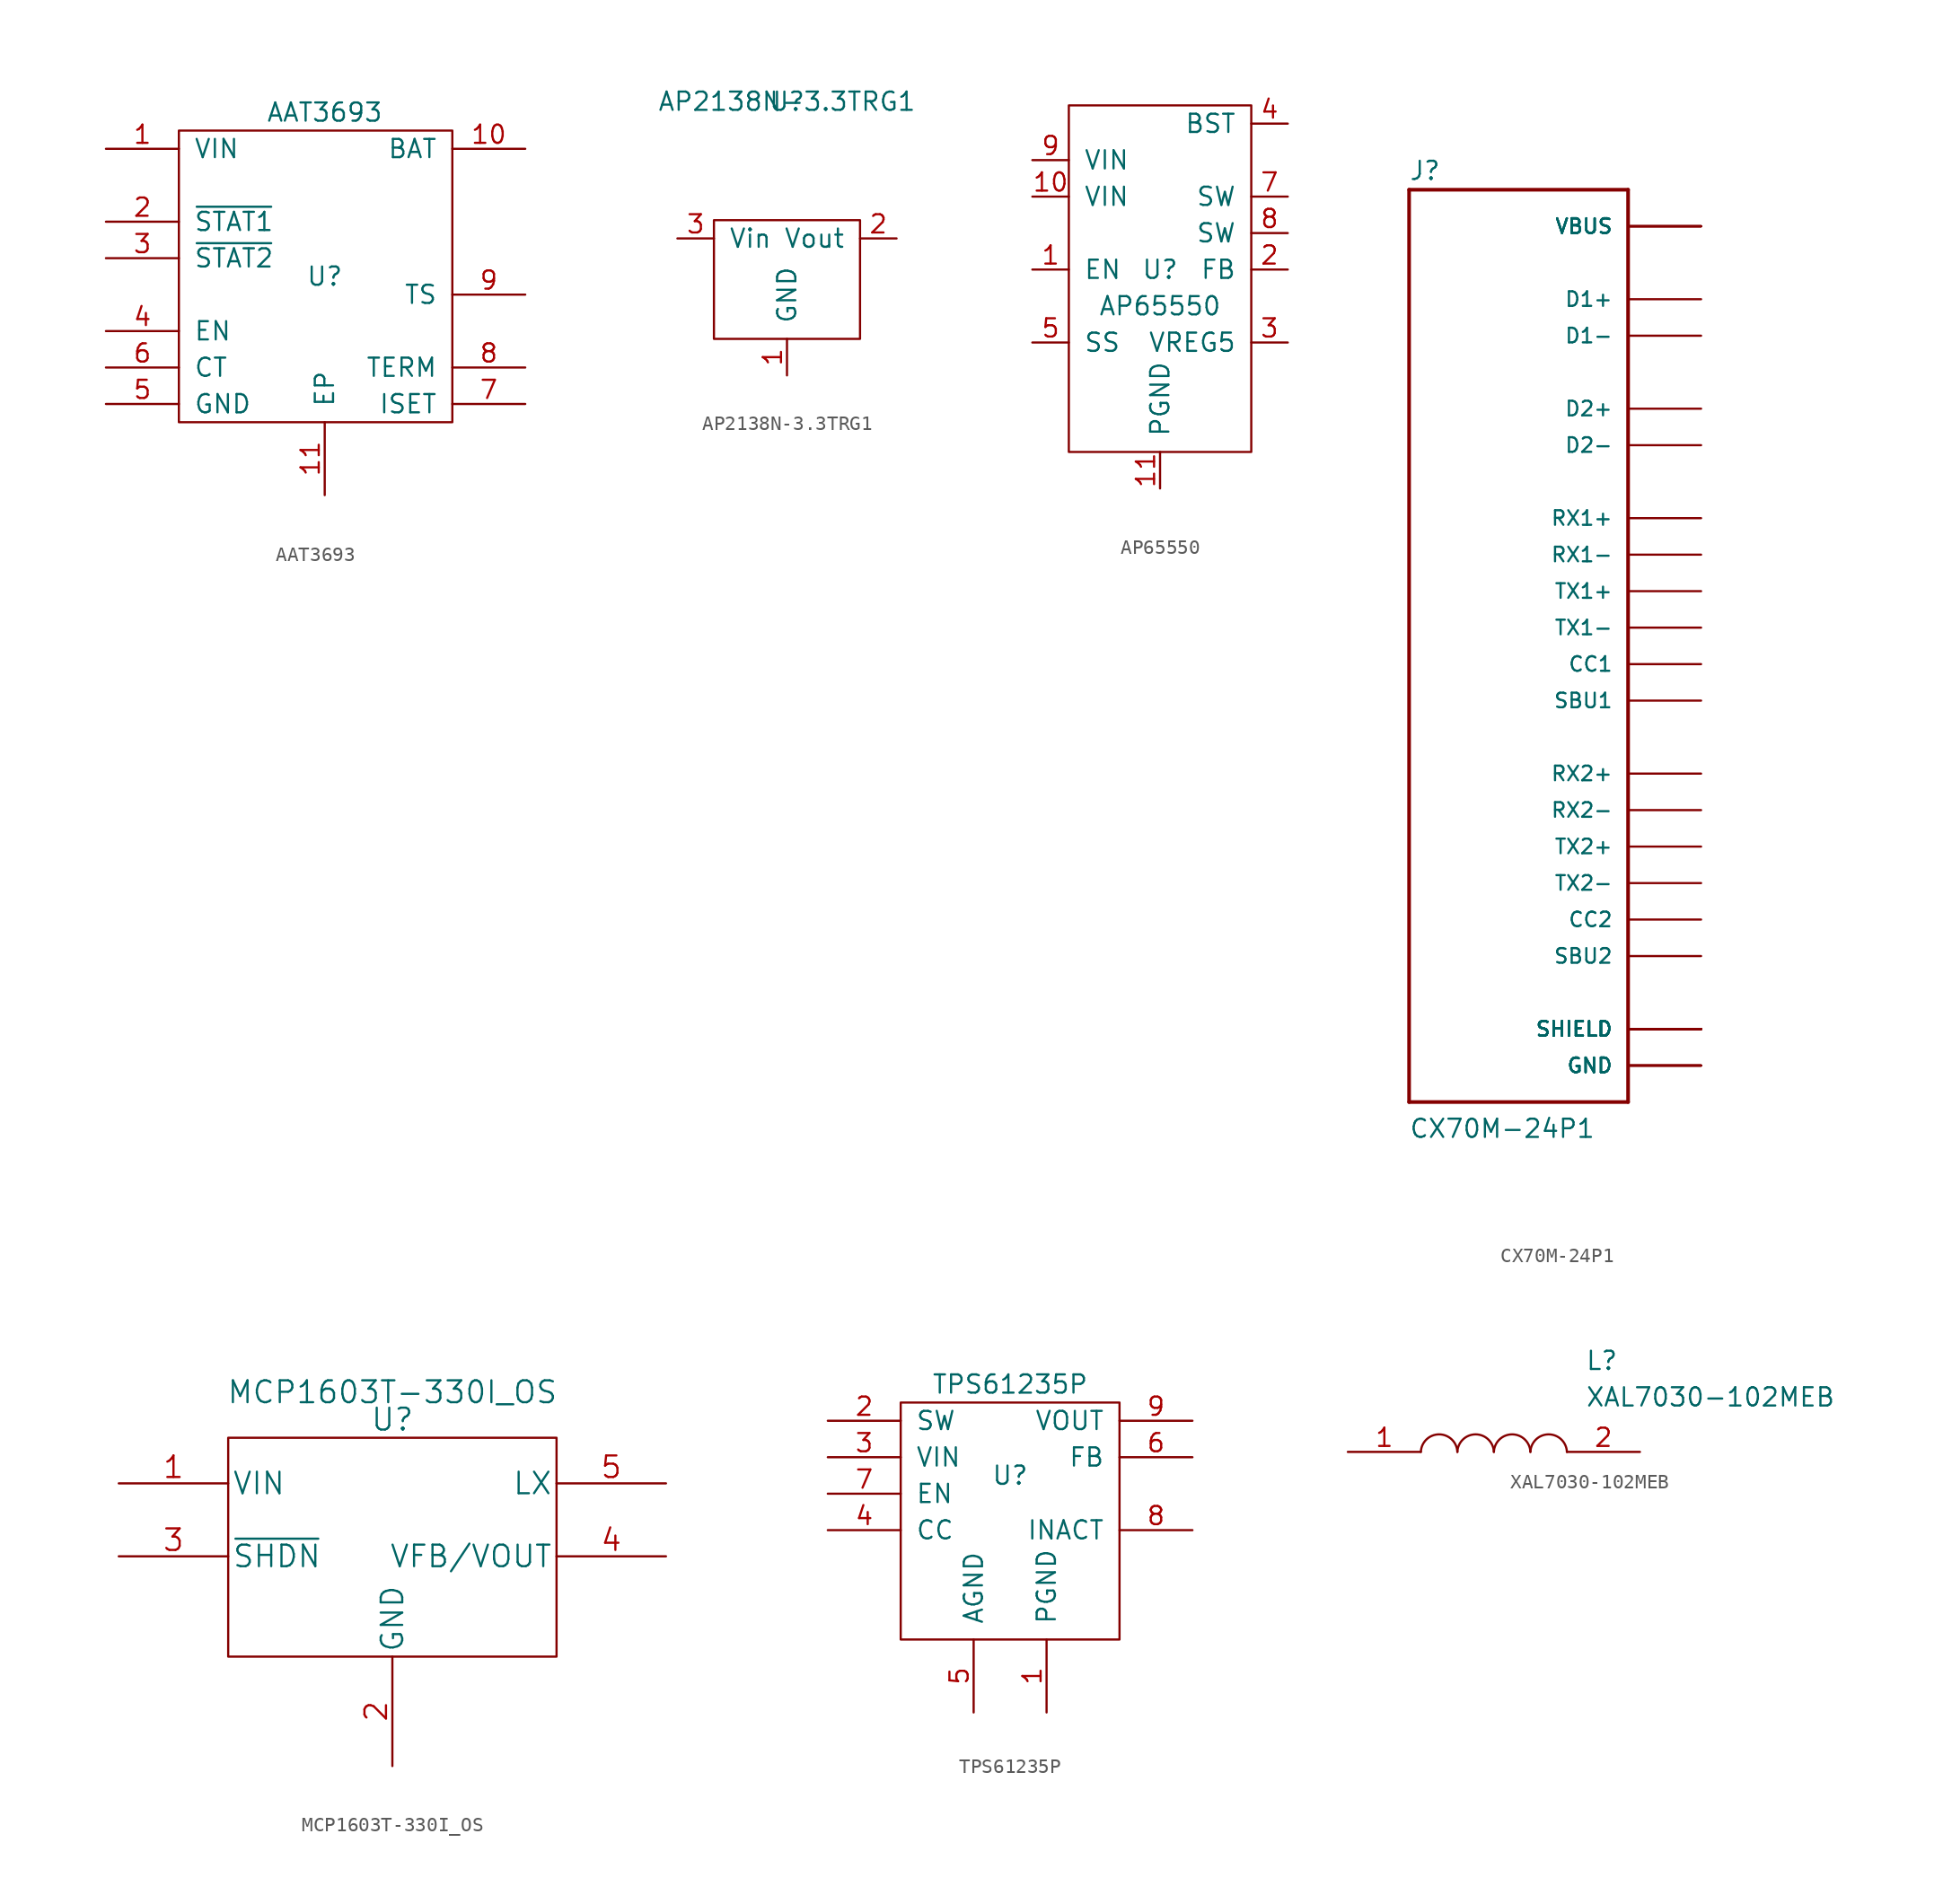
<source format=kicad_sym>
(kicad_symbol_lib
  (version 20211014)
  (generator kicad_symbol_editor)
  (symbol "AAT3693"
    (pin_names
      (offset 1.016))
    (property "Reference" "U"
      (at 0 0 0)
      (effects (font (size 1.27 1.27))))
    (property "Value" "AAT3693"
      (at 0 11.43 0)
      (effects (font (size 1.27 1.27))))
    (symbol "AAT3693_0_1"
      (rectangle (start -10.16 10.16) (end 8.89 -10.16) (stroke (width 0) (type default) (color 0 0 0 0)) (fill (type none))))
    (symbol "AAT3693_1_1"
      (pin input line (at -15.24 8.89 0) (length 5.08) (name "VIN" (effects (font (size 1.27 1.27)))) (number "1" (effects (font (size 1.27 1.27)))))
      (pin input line (at 13.97 8.89 180) (length 5.08) (name "BAT" (effects (font (size 1.27 1.27)))) (number "10" (effects (font (size 1.27 1.27)))))
      (pin unspecified line (at 0 -15.24 90) (length 5.08) (name "EP" (effects (font (size 1.27 1.27)))) (number "11" (effects (font (size 1.27 1.27)))))
      (pin input line (at -15.24 3.81 0) (length 5.08) (name "~{STAT1}" (effects (font (size 1.27 1.27)))) (number "2" (effects (font (size 1.27 1.27)))))
      (pin input line (at -15.24 1.27 0) (length 5.08) (name "~{STAT2}" (effects (font (size 1.27 1.27)))) (number "3" (effects (font (size 1.27 1.27)))))
      (pin input line (at -15.24 -3.81 0) (length 5.08) (name "EN" (effects (font (size 1.27 1.27)))) (number "4" (effects (font (size 1.27 1.27)))))
      (pin input line (at -15.24 -8.89 0) (length 5.08) (name "GND" (effects (font (size 1.27 1.27)))) (number "5" (effects (font (size 1.27 1.27)))))
      (pin input line (at -15.24 -6.35 0) (length 5.08) (name "CT" (effects (font (size 1.27 1.27)))) (number "6" (effects (font (size 1.27 1.27)))))
      (pin input line (at 13.97 -8.89 180) (length 5.08) (name "ISET" (effects (font (size 1.27 1.27)))) (number "7" (effects (font (size 1.27 1.27)))))
      (pin input line (at 13.97 -6.35 180) (length 5.08) (name "TERM" (effects (font (size 1.27 1.27)))) (number "8" (effects (font (size 1.27 1.27)))))
      (pin input line (at 13.97 -1.27 180) (length 5.08) (name "TS" (effects (font (size 1.27 1.27)))) (number "9" (effects (font (size 1.27 1.27)))))))
  (symbol "AP2138N-3.3TRG1"
    (pin_names
      (offset 1.016))
    (property "Reference" "U"
      (at 0 12.065 0)
      (effects (font (size 1.27 1.27))))
    (property "Value" "AP2138N-3.3TRG1"
      (at 0 12.065 0)
      (effects (font (size 1.27 1.27))))
    (symbol "AP2138N-3.3TRG1_0_1"
      (rectangle (start -5.08 3.81) (end 5.08 -4.445) (stroke (width 0) (type default) (color 0 0 0 0)) (fill (type none))))
    (symbol "AP2138N-3.3TRG1_1_1"
      (pin input line (at 0 -6.985 90) (length 2.54) (name "GND" (effects (font (size 1.27 1.27)))) (number "1" (effects (font (size 1.27 1.27)))))
      (pin input line (at 7.62 2.54 180) (length 2.54) (name "Vout" (effects (font (size 1.27 1.27)))) (number "2" (effects (font (size 1.27 1.27)))))
      (pin input line (at -7.62 2.54 0) (length 2.54) (name "Vin" (effects (font (size 1.27 1.27)))) (number "3" (effects (font (size 1.27 1.27)))))))
  (symbol "AP65550"
    (pin_names
      (offset 1.016))
    (property "Reference" "U"
      (at 0 -2.54 0)
      (effects (font (size 1.27 1.27))))
    (property "Value" "AP65550"
      (at 0 -5.08 0)
      (effects (font (size 1.27 1.27))))
    (symbol "AP65550_0_1"
      (rectangle (start -6.35 8.89) (end 6.35 -15.24) (stroke (width 0) (type default) (color 0 0 0 0)) (fill (type none))))
    (symbol "AP65550_1_1"
      (pin input line (at -8.89 -2.54 0) (length 2.54) (name "EN" (effects (font (size 1.27 1.27)))) (number "1" (effects (font (size 1.27 1.27)))))
      (pin power_in line (at -8.89 2.54 0) (length 2.54) (name "VIN" (effects (font (size 1.27 1.27)))) (number "10" (effects (font (size 1.27 1.27)))))
      (pin power_in line (at 0 -17.78 90) (length 2.54) (name "PGND" (effects (font (size 1.27 1.27)))) (number "11" (effects (font (size 1.27 1.27)))))
      (pin input line (at 8.89 -2.54 180) (length 2.54) (name "FB" (effects (font (size 1.27 1.27)))) (number "2" (effects (font (size 1.27 1.27)))))
      (pin input line (at 8.89 -7.62 180) (length 2.54) (name "VREG5" (effects (font (size 1.27 1.27)))) (number "3" (effects (font (size 1.27 1.27)))))
      (pin input line (at 8.89 7.62 180) (length 2.54) (name "BST" (effects (font (size 1.27 1.27)))) (number "4" (effects (font (size 1.27 1.27)))))
      (pin input line (at -8.89 -7.62 0) (length 2.54) (name "SS" (effects (font (size 1.27 1.27)))) (number "5" (effects (font (size 1.27 1.27)))))
      (pin output line (at 8.89 2.54 180) (length 2.54) (name "SW" (effects (font (size 1.27 1.27)))) (number "7" (effects (font (size 1.27 1.27)))))
      (pin output line (at 8.89 0 180) (length 2.54) (name "SW" (effects (font (size 1.27 1.27)))) (number "8" (effects (font (size 1.27 1.27)))))
      (pin power_in line (at -8.89 5.08 0) (length 2.54) (name "VIN" (effects (font (size 1.27 1.27)))) (number "9" (effects (font (size 1.27 1.27)))))))
  (symbol "CX70M-24P1"
    (pin_numbers hide)
    (pin_names
      (offset 1.016))
    (property "Reference" "J"
      (at -7.645 33.604 0)
      (effects (font (size 1.27 1.27)) (justify left bottom)))
    (property "Value" "CX70M-24P1"
      (at -7.645 -33.071 0)
      (effects (font (size 1.27 1.27)) (justify left bottom)))
    (property "ki_locked" ""
      (at 0 0 0)
      (effects (font (size 1.27 1.27))))
    (symbol "CX70M-24P1_0_0"
      (polyline (pts (xy -7.62 -30.48) (xy -7.62 33.02)) (stroke (width 0.254) (type default) (color 0 0 0 0)) (fill (type none)))
      (polyline (pts (xy -7.62 33.02) (xy 7.62 33.02)) (stroke (width 0.254) (type default) (color 0 0 0 0)) (fill (type none)))
      (polyline (pts (xy 7.62 -30.48) (xy -7.62 -30.48)) (stroke (width 0.254) (type default) (color 0 0 0 0)) (fill (type none)))
      (polyline (pts (xy 7.62 33.02) (xy 7.62 -30.48)) (stroke (width 0.254) (type default) (color 0 0 0 0)) (fill (type none)))
      (pin power_in line (at 12.7 -27.94 180) (length 5.08) (name "GND" (effects (font (size 1.016 1.016)))) (number "A1" (effects (font (size 1.016 1.016)))))
      (pin bidirectional line (at 12.7 -10.16 180) (length 5.08) (name "RX2-" (effects (font (size 1.016 1.016)))) (number "A10" (effects (font (size 1.016 1.016)))))
      (pin bidirectional line (at 12.7 -7.62 180) (length 5.08) (name "RX2+" (effects (font (size 1.016 1.016)))) (number "A11" (effects (font (size 1.016 1.016)))))
      (pin power_in line (at 12.7 -27.94 180) (length 5.08) (name "GND" (effects (font (size 1.016 1.016)))) (number "A12" (effects (font (size 1.016 1.016)))))
      (pin bidirectional line (at 12.7 5.08 180) (length 5.08) (name "TX1+" (effects (font (size 1.016 1.016)))) (number "A2" (effects (font (size 1.016 1.016)))))
      (pin bidirectional line (at 12.7 2.54 180) (length 5.08) (name "TX1-" (effects (font (size 1.016 1.016)))) (number "A3" (effects (font (size 1.016 1.016)))))
      (pin power_in line (at 12.7 30.48 180) (length 5.08) (name "VBUS" (effects (font (size 1.016 1.016)))) (number "A4" (effects (font (size 1.016 1.016)))))
      (pin bidirectional line (at 12.7 0 180) (length 5.08) (name "CC1" (effects (font (size 1.016 1.016)))) (number "A5" (effects (font (size 1.016 1.016)))))
      (pin bidirectional line (at 12.7 25.4 180) (length 5.08) (name "D1+" (effects (font (size 1.016 1.016)))) (number "A6" (effects (font (size 1.016 1.016)))))
      (pin bidirectional line (at 12.7 22.86 180) (length 5.08) (name "D1-" (effects (font (size 1.016 1.016)))) (number "A7" (effects (font (size 1.016 1.016)))))
      (pin bidirectional line (at 12.7 -2.54 180) (length 5.08) (name "SBU1" (effects (font (size 1.016 1.016)))) (number "A8" (effects (font (size 1.016 1.016)))))
      (pin power_in line (at 12.7 30.48 180) (length 5.08) (name "VBUS" (effects (font (size 1.016 1.016)))) (number "A9" (effects (font (size 1.016 1.016)))))
      (pin power_in line (at 12.7 -27.94 180) (length 5.08) (name "GND" (effects (font (size 1.016 1.016)))) (number "B1" (effects (font (size 1.016 1.016)))))
      (pin bidirectional line (at 12.7 7.62 180) (length 5.08) (name "RX1-" (effects (font (size 1.016 1.016)))) (number "B10" (effects (font (size 1.016 1.016)))))
      (pin bidirectional line (at 12.7 10.16 180) (length 5.08) (name "RX1+" (effects (font (size 1.016 1.016)))) (number "B11" (effects (font (size 1.016 1.016)))))
      (pin power_in line (at 12.7 -27.94 180) (length 5.08) (name "GND" (effects (font (size 1.016 1.016)))) (number "B12" (effects (font (size 1.016 1.016)))))
      (pin bidirectional line (at 12.7 -12.7 180) (length 5.08) (name "TX2+" (effects (font (size 1.016 1.016)))) (number "B2" (effects (font (size 1.016 1.016)))))
      (pin bidirectional line (at 12.7 -15.24 180) (length 5.08) (name "TX2-" (effects (font (size 1.016 1.016)))) (number "B3" (effects (font (size 1.016 1.016)))))
      (pin power_in line (at 12.7 30.48 180) (length 5.08) (name "VBUS" (effects (font (size 1.016 1.016)))) (number "B4" (effects (font (size 1.016 1.016)))))
      (pin bidirectional line (at 12.7 -17.78 180) (length 5.08) (name "CC2" (effects (font (size 1.016 1.016)))) (number "B5" (effects (font (size 1.016 1.016)))))
      (pin bidirectional line (at 12.7 17.78 180) (length 5.08) (name "D2+" (effects (font (size 1.016 1.016)))) (number "B6" (effects (font (size 1.016 1.016)))))
      (pin bidirectional line (at 12.7 15.24 180) (length 5.08) (name "D2-" (effects (font (size 1.016 1.016)))) (number "B7" (effects (font (size 1.016 1.016)))))
      (pin bidirectional line (at 12.7 -20.32 180) (length 5.08) (name "SBU2" (effects (font (size 1.016 1.016)))) (number "B8" (effects (font (size 1.016 1.016)))))
      (pin power_in line (at 12.7 30.48 180) (length 5.08) (name "VBUS" (effects (font (size 1.016 1.016)))) (number "B9" (effects (font (size 1.016 1.016)))))
      (pin power_in line (at 12.7 -25.4 180) (length 5.08) (name "SHIELD" (effects (font (size 1.016 1.016)))) (number "S1" (effects (font (size 1.016 1.016)))))
      (pin power_in line (at 12.7 -25.4 180) (length 5.08) (name "SHIELD" (effects (font (size 1.016 1.016)))) (number "S2" (effects (font (size 1.016 1.016)))))
      (pin power_in line (at 12.7 -25.4 180) (length 5.08) (name "SHIELD" (effects (font (size 1.016 1.016)))) (number "S3" (effects (font (size 1.016 1.016)))))
      (pin power_in line (at 12.7 -25.4 180) (length 5.08) (name "SHIELD" (effects (font (size 1.016 1.016)))) (number "S4" (effects (font (size 1.016 1.016)))))
      (pin power_in line (at 12.7 -25.4 180) (length 5.08) (name "SHIELD" (effects (font (size 1.016 1.016)))) (number "S5" (effects (font (size 1.016 1.016)))))
      (pin power_in line (at 12.7 -25.4 180) (length 5.08) (name "SHIELD" (effects (font (size 1.016 1.016)))) (number "S5.1" (effects (font (size 1.016 1.016)))))
      (pin power_in line (at 12.7 -25.4 180) (length 5.08) (name "SHIELD" (effects (font (size 1.016 1.016)))) (number "S6" (effects (font (size 1.016 1.016)))))
      (pin power_in line (at 12.7 -25.4 180) (length 5.08) (name "SHIELD" (effects (font (size 1.016 1.016)))) (number "S6.1" (effects (font (size 1.016 1.016)))))))
  (symbol "MCP1603T-330I_OS"
    (pin_names
      (offset 0.254))
    (property "Reference" "U"
      (at 0 6.985 0)
      (effects (font (size 1.524 1.524))))
    (property "Value" "MCP1603T-330I_OS"
      (at 0 8.89 0)
      (effects (font (size 1.524 1.524))))
    (property "Datasheet" ""
      (at -16.51 2.54 0)
      (effects (font (size 1.524 1.524))))
    (property "ki_locked" ""
      (at 0 0 0)
      (effects (font (size 1.27 1.27))))
    (symbol "MCP1603T-330I_OS_0_1"
      (rectangle (start -11.43 5.715) (end 11.43 -9.525) (stroke (width 0) (type default) (color 0 0 0 0)) (fill (type none))))
    (symbol "MCP1603T-330I_OS_1_1"
      (pin power_in line (at -19.05 2.54 0) (length 7.62) (name "VIN" (effects (font (size 1.499 1.499)))) (number "1" (effects (font (size 1.499 1.499)))))
      (pin unspecified line (at 0 -17.145 90) (length 7.62) (name "GND" (effects (font (size 1.499 1.499)))) (number "2" (effects (font (size 1.499 1.499)))))
      (pin input line (at -19.05 -2.54 0) (length 7.62) (name "~{SHDN}" (effects (font (size 1.499 1.499)))) (number "3" (effects (font (size 1.499 1.499)))))
      (pin unspecified line (at 19.05 -2.54 180) (length 7.62) (name "VFB/VOUT" (effects (font (size 1.499 1.499)))) (number "4" (effects (font (size 1.499 1.499)))))
      (pin unspecified line (at 19.05 2.54 180) (length 7.62) (name "LX" (effects (font (size 1.499 1.499)))) (number "5" (effects (font (size 1.499 1.499)))))))
  (symbol "TPS61235P"
    (pin_names
      (offset 1.016))
    (property "Reference" "U"
      (at 0 0 0)
      (effects (font (size 1.27 1.27))))
    (property "Value" "TPS61235P"
      (at 0 6.35 0)
      (effects (font (size 1.27 1.27))))
    (symbol "TPS61235P_0_1"
      (rectangle (start -7.62 5.08) (end 7.62 -11.43) (stroke (width 0) (type default) (color 0 0 0 0)) (fill (type none))))
    (symbol "TPS61235P_1_1"
      (pin input line (at 2.54 -16.51 90) (length 5.08) (name "PGND" (effects (font (size 1.27 1.27)))) (number "1" (effects (font (size 1.27 1.27)))))
      (pin input line (at -12.7 3.81 0) (length 5.08) (name "SW" (effects (font (size 1.27 1.27)))) (number "2" (effects (font (size 1.27 1.27)))))
      (pin input line (at -12.7 1.27 0) (length 5.08) (name "VIN" (effects (font (size 1.27 1.27)))) (number "3" (effects (font (size 1.27 1.27)))))
      (pin input line (at -12.7 -3.81 0) (length 5.08) (name "CC" (effects (font (size 1.27 1.27)))) (number "4" (effects (font (size 1.27 1.27)))))
      (pin input line (at -2.54 -16.51 90) (length 5.08) (name "AGND" (effects (font (size 1.27 1.27)))) (number "5" (effects (font (size 1.27 1.27)))))
      (pin input line (at 12.7 1.27 180) (length 5.08) (name "FB" (effects (font (size 1.27 1.27)))) (number "6" (effects (font (size 1.27 1.27)))))
      (pin input line (at -12.7 -1.27 0) (length 5.08) (name "EN" (effects (font (size 1.27 1.27)))) (number "7" (effects (font (size 1.27 1.27)))))
      (pin input line (at 12.7 -3.81 180) (length 5.08) (name "INACT" (effects (font (size 1.27 1.27)))) (number "8" (effects (font (size 1.27 1.27)))))
      (pin input line (at 12.7 3.81 180) (length 5.08) (name "VOUT" (effects (font (size 1.27 1.27)))) (number "9" (effects (font (size 1.27 1.27)))))))
  (symbol "XAL7030-102MEB"
    (pin_names
      (offset 0.762))
    (property "Reference" "L"
      (at 16.51 6.35 0)
      (effects (font (size 1.27 1.27)) (justify left)))
    (property "Value" "XAL7030-102MEB"
      (at 16.51 3.81 0)
      (effects (font (size 1.27 1.27)) (justify left)))
    (symbol "XAL7030-102MEB_0_0"
      (pin bidirectional line (at 0 0 0) (length 5.08) (name "~" (effects (font (size 1.27 1.27)))) (number "1" (effects (font (size 1.27 1.27)))))
      (pin bidirectional line (at 20.32 0 180) (length 5.08) (name "~" (effects (font (size 1.27 1.27)))) (number "2" (effects (font (size 1.27 1.27))))))
    (symbol "XAL7030-102MEB_0_1"
      (arc (start 7.62 0) (mid 6.35 1.2202) (end 5.08 0) (stroke (width 0.1524) (type default) (color 0 0 0 0)) (fill (type none)))
      (arc (start 10.16 0) (mid 8.89 1.2202) (end 7.62 0) (stroke (width 0.1524) (type default) (color 0 0 0 0)) (fill (type none)))
      (arc (start 12.7 0) (mid 11.43 1.2202) (end 10.16 0) (stroke (width 0.1524) (type default) (color 0 0 0 0)) (fill (type none)))
      (arc (start 15.24 0) (mid 13.97 1.2202) (end 12.7 0) (stroke (width 0.1524) (type default) (color 0 0 0 0)) (fill (type none))))))
</source>
